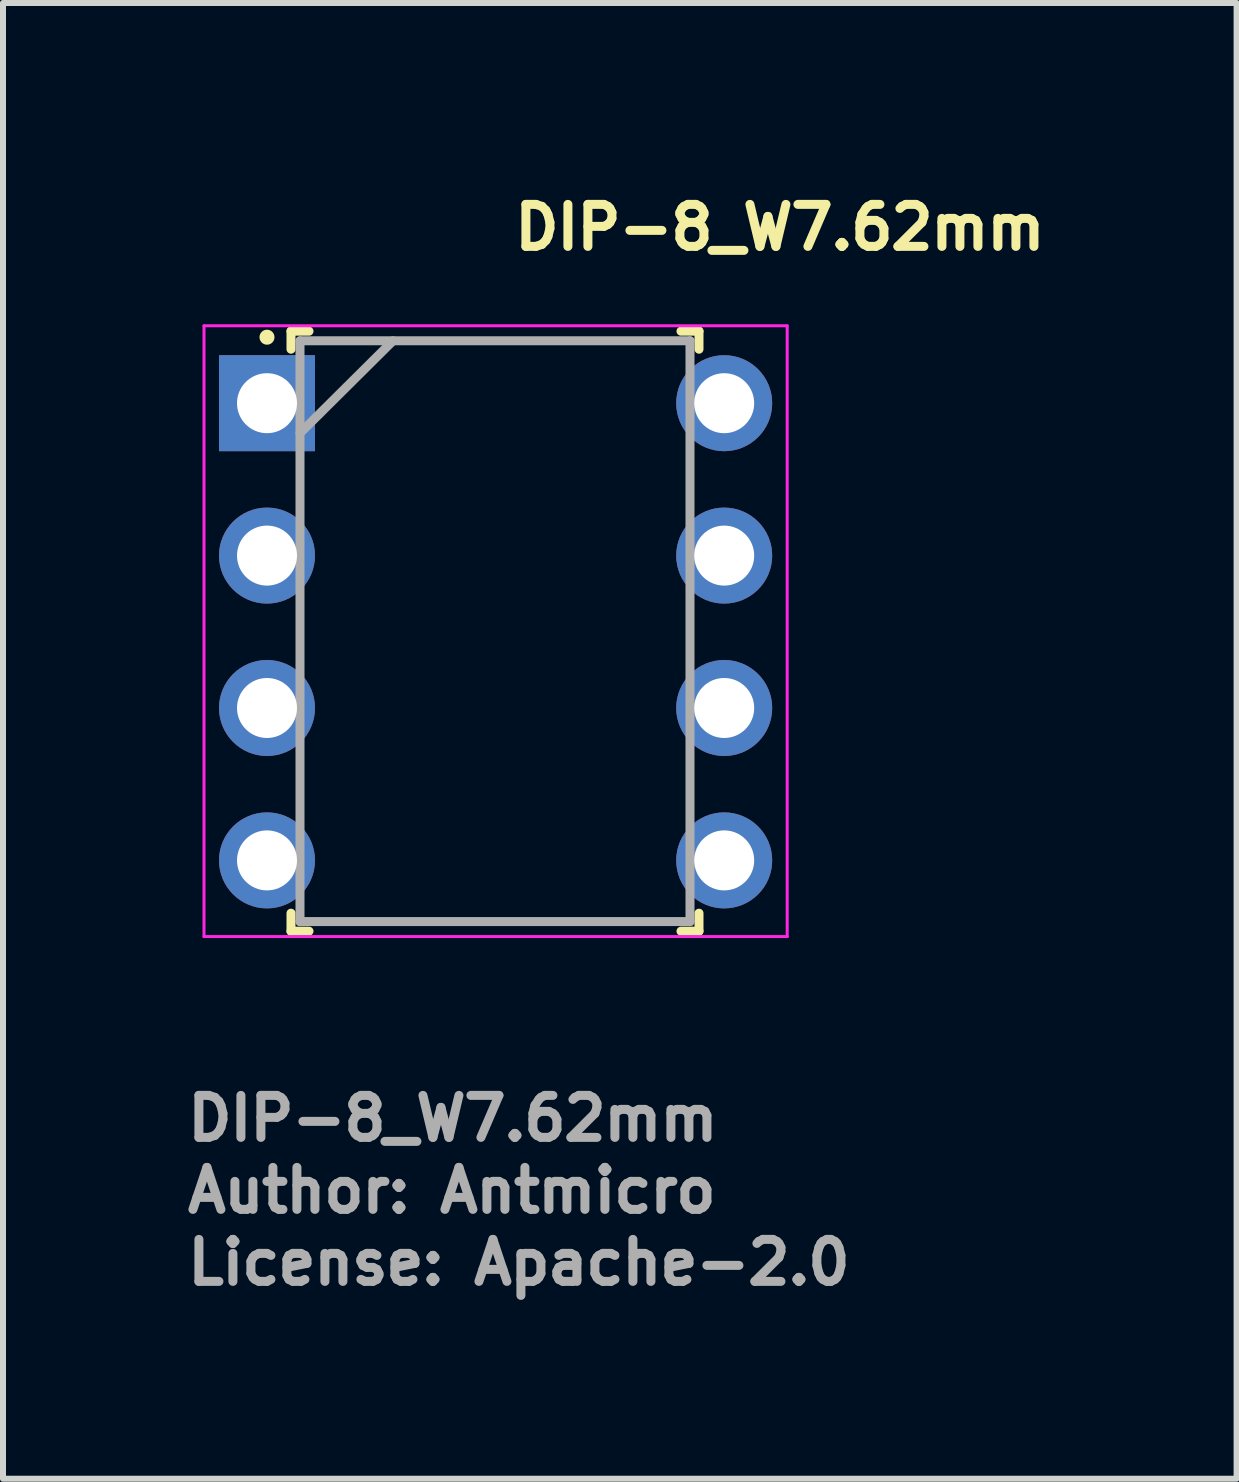
<source format=kicad_pcb>
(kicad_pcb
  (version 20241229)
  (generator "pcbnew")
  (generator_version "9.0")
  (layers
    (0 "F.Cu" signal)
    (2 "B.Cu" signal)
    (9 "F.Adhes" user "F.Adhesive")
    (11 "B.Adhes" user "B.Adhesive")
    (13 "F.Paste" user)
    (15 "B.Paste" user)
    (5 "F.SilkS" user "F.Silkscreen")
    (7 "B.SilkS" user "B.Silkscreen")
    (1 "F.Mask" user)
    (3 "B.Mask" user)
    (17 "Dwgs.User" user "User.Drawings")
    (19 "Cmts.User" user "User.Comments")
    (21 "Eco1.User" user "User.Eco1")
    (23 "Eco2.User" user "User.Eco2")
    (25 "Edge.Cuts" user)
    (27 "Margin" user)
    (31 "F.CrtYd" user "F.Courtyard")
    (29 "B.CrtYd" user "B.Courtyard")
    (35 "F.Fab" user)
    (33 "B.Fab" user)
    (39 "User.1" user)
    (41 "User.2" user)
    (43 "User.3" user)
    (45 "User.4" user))
  (footprint "DIP-8_W7.62mm"
    (layer "F.Cu")
    (at 1.4 3.67)
    (property "Reference" "DIP-8_W7.62mm" (at 4.05 -2.52 0) (layer "F.SilkS") (effects (font (size 0.7 0.7) (thickness 0.15)) (justify left bottom)))
    (attr through_hole)
    (fp_line (start 0.4 -1.2) (end 0.7 -1.2) (stroke (width 0.15) (type solid)) (layer "F.SilkS"))
    (fp_line (start 0.4 -0.9) (end 0.4 -1.2) (stroke (width 0.15) (type solid)) (layer "F.SilkS"))
    (fp_line (start 0.4 8.5) (end 0.4 8.8) (stroke (width 0.15) (type solid)) (layer "F.SilkS"))
    (fp_line (start 0.4 8.8) (end 0.7 8.8) (stroke (width 0.15) (type solid)) (layer "F.SilkS"))
    (fp_line (start 7.2 -1.2) (end 6.9 -1.2) (stroke (width 0.15) (type solid)) (layer "F.SilkS"))
    (fp_line (start 7.2 -0.9) (end 7.2 -1.2) (stroke (width 0.15) (type solid)) (layer "F.SilkS"))
    (fp_line (start 7.2 8.5) (end 7.2 8.8) (stroke (width 0.15) (type solid)) (layer "F.SilkS"))
    (fp_line (start 7.2 8.8) (end 6.9 8.8) (stroke (width 0.15) (type solid)) (layer "F.SilkS"))
    (fp_circle (center 0 -1.1) (end 0.05 -1.1) (stroke (width 0.15) (type solid)) (fill yes) (layer "F.SilkS"))
    (fp_line (start -1.05 -1.29) (end -1.05 8.89) (stroke (width 0.05) (type solid)) (layer "F.CrtYd"))
    (fp_line (start -1.05 -1.29) (end 8.67 -1.29) (stroke (width 0.05) (type solid)) (layer "F.CrtYd"))
    (fp_line (start -1.05 8.89) (end 8.67 8.89) (stroke (width 0.05) (type solid)) (layer "F.CrtYd"))
    (fp_line (start 8.67 -1.29) (end 8.67 8.89) (stroke (width 0.05) (type solid)) (layer "F.CrtYd"))
    (fp_line (start 0.55 -1.04) (end 0.55 8.64) (stroke (width 0.15) (type solid)) (layer "F.Fab"))
    (fp_line (start 0.55 -1.04) (end 7.05 -1.04) (stroke (width 0.15) (type solid)) (layer "F.Fab"))
    (fp_line (start 0.55 8.64) (end 7.05 8.64) (stroke (width 0.15) (type solid)) (layer "F.Fab"))
    (fp_line (start 2.1 -1.04) (end 0.55 0.5) (stroke (width 0.15) (type solid)) (layer "F.Fab"))
    (fp_line (start 7.05 -1.04) (end 7.05 8.64) (stroke (width 0.15) (type solid)) (layer "F.Fab"))
    (fp_rect (start -0.307 -0.942) (end 7.907 8.642) (stroke (width 0.1) (type solid)) (fill no) (layer "User.5"))
    (fp_line (start -0.307 -0.518) (end -0.307 0.598) (stroke (width 0.02) (type solid)) (layer "User.9"))
    (fp_line (start -0.307 -0.518) (end -0.168 -0.518) (stroke (width 0.02) (type solid)) (layer "User.9"))
    (fp_line (start -0.307 0.598) (end -0.168 0.598) (stroke (width 0.02) (type solid)) (layer "User.9"))
    (fp_line (start -0.307 2.022) (end -0.307 3.138) (stroke (width 0.02) (type solid)) (layer "User.9"))
    (fp_line (start -0.307 2.022) (end -0.168 2.022) (stroke (width 0.02) (type solid)) (layer "User.9"))
    (fp_line (start -0.307 3.138) (end -0.168 3.138) (stroke (width 0.02) (type solid)) (layer "User.9"))
    (fp_line (start -0.307 4.562) (end -0.307 5.678) (stroke (width 0.02) (type solid)) (layer "User.9"))
    (fp_line (start -0.307 4.562) (end -0.168 4.562) (stroke (width 0.02) (type solid)) (layer "User.9"))
    (fp_line (start -0.307 5.678) (end -0.168 5.678) (stroke (width 0.02) (type solid)) (layer "User.9"))
    (fp_line (start -0.307 7.102) (end -0.307 8.218) (stroke (width 0.02) (type solid)) (layer "User.9"))
    (fp_line (start -0.307 7.102) (end -0.168 7.102) (stroke (width 0.02) (type solid)) (layer "User.9"))
    (fp_line (start -0.307 8.218) (end -0.168 8.218) (stroke (width 0.02) (type solid)) (layer "User.9"))
    (fp_line (start -0.168 -0.518) (end 0.498 -0.518) (stroke (width 0.02) (type solid)) (layer "User.9"))
    (fp_line (start -0.168 2.022) (end 0.498 2.022) (stroke (width 0.02) (type solid)) (layer "User.9"))
    (fp_line (start -0.168 4.562) (end 0.498 4.562) (stroke (width 0.02) (type solid)) (layer "User.9"))
    (fp_line (start -0.168 7.102) (end 0.498 7.102) (stroke (width 0.02) (type solid)) (layer "User.9"))
    (fp_line (start 0.498 -0.942) (end 0.663 -0.777) (stroke (width 0.02) (type solid)) (layer "User.9"))
    (fp_line (start 0.498 -0.942) (end 7.102 -0.942) (stroke (width 0.02) (type solid)) (layer "User.9"))
    (fp_line (start 0.498 0.598) (end -0.168 0.598) (stroke (width 0.02) (type solid)) (layer "User.9"))
    (fp_line (start 0.498 0.598) (end 0.498 -0.518) (stroke (width 0.02) (type solid)) (layer "User.9"))
    (fp_line (start 0.498 3.138) (end -0.168 3.138) (stroke (width 0.02) (type solid)) (layer "User.9"))
    (fp_line (start 0.498 3.138) (end 0.498 2.022) (stroke (width 0.02) (type solid)) (layer "User.9"))
    (fp_line (start 0.498 5.678) (end -0.168 5.678) (stroke (width 0.02) (type solid)) (layer "User.9"))
    (fp_line (start 0.498 5.678) (end 0.498 4.562) (stroke (width 0.02) (type solid)) (layer "User.9"))
    (fp_line (start 0.498 8.218) (end -0.168 8.218) (stroke (width 0.02) (type solid)) (layer "User.9"))
    (fp_line (start 0.498 8.218) (end 0.498 7.102) (stroke (width 0.02) (type solid)) (layer "User.9"))
    (fp_line (start 0.498 8.642) (end 0.498 -0.942) (stroke (width 0.02) (type solid)) (layer "User.9"))
    (fp_line (start 0.498 8.642) (end 0.663 8.477) (stroke (width 0.02) (type solid)) (layer "User.9"))
    (fp_line (start 0.498 8.642) (end 7.102 8.642) (stroke (width 0.02) (type solid)) (layer "User.9"))
    (fp_line (start 0.663 -0.777) (end 2.991 -0.777) (stroke (width 0.02) (type solid)) (layer "User.9"))
    (fp_line (start 0.663 8.477) (end 0.663 -0.777) (stroke (width 0.02) (type solid)) (layer "User.9"))
    (fp_line (start 0.663 8.477) (end 6.937 8.477) (stroke (width 0.02) (type solid)) (layer "User.9"))
    (fp_line (start 2.984 -0.814) (end 2.991 -0.777) (stroke (width 0.02) (type solid)) (layer "User.9"))
    (fp_line (start 2.991 -0.777) (end 2.999 -0.742) (stroke (width 0.02) (type solid)) (layer "User.9"))
    (fp_line (start 2.999 -0.742) (end 3.009 -0.707) (stroke (width 0.02) (type solid)) (layer "User.9"))
    (fp_line (start 3.009 -0.707) (end 3.02 -0.672) (stroke (width 0.02) (type solid)) (layer "User.9"))
    (fp_line (start 3.02 -0.672) (end 3.032 -0.639) (stroke (width 0.02) (type solid)) (layer "User.9"))
    (fp_line (start 3.032 -0.639) (end 3.046 -0.606) (stroke (width 0.02) (type solid)) (layer "User.9"))
    (fp_line (start 3.046 -0.606) (end 3.061 -0.574) (stroke (width 0.02) (type solid)) (layer "User.9"))
    (fp_line (start 3.061 -0.574) (end 3.078 -0.542) (stroke (width 0.02) (type solid)) (layer "User.9"))
    (fp_line (start 3.078 -0.542) (end 3.095 -0.512) (stroke (width 0.02) (type solid)) (layer "User.9"))
    (fp_line (start 3.095 -0.512) (end 3.114 -0.482) (stroke (width 0.02) (type solid)) (layer "User.9"))
    (fp_line (start 3.114 -0.482) (end 3.134 -0.454) (stroke (width 0.02) (type solid)) (layer "User.9"))
    (fp_line (start 3.134 -0.454) (end 3.156 -0.426) (stroke (width 0.02) (type solid)) (layer "User.9"))
    (fp_line (start 3.156 -0.426) (end 3.178 -0.399) (stroke (width 0.02) (type solid)) (layer "User.9"))
    (fp_line (start 3.178 -0.399) (end 3.201 -0.374) (stroke (width 0.02) (type solid)) (layer "User.9"))
    (fp_line (start 3.201 -0.374) (end 3.226 -0.349) (stroke (width 0.02) (type solid)) (layer "User.9"))
    (fp_line (start 3.226 -0.349) (end 3.251 -0.325) (stroke (width 0.02) (type solid)) (layer "User.9"))
    (fp_line (start 3.251 -0.325) (end 3.278 -0.303) (stroke (width 0.02) (type solid)) (layer "User.9"))
    (fp_line (start 3.278 -0.303) (end 3.305 -0.282) (stroke (width 0.02) (type solid)) (layer "User.9"))
    (fp_line (start 3.305 -0.282) (end 3.333 -0.261) (stroke (width 0.02) (type solid)) (layer "User.9"))
    (fp_line (start 3.333 -0.261) (end 3.362 -0.242) (stroke (width 0.02) (type solid)) (layer "User.9"))
    (fp_line (start 3.362 -0.242) (end 3.392 -0.225) (stroke (width 0.02) (type solid)) (layer "User.9"))
    (fp_line (start 3.392 -0.225) (end 3.423 -0.208) (stroke (width 0.02) (type solid)) (layer "User.9"))
    (fp_line (start 3.423 -0.208) (end 3.454 -0.193) (stroke (width 0.02) (type solid)) (layer "User.9"))
    (fp_line (start 3.454 -0.193) (end 3.486 -0.179) (stroke (width 0.02) (type solid)) (layer "User.9"))
    (fp_line (start 3.486 -0.179) (end 3.519 -0.166) (stroke (width 0.02) (type solid)) (layer "User.9"))
    (fp_line (start 3.519 -0.166) (end 3.552 -0.155) (stroke (width 0.02) (type solid)) (layer "User.9"))
    (fp_line (start 3.552 -0.155) (end 3.586 -0.145) (stroke (width 0.02) (type solid)) (layer "User.9"))
    (fp_line (start 3.586 -0.145) (end 3.621 -0.136) (stroke (width 0.02) (type solid)) (layer "User.9"))
    (fp_line (start 3.621 -0.136) (end 3.656 -0.13) (stroke (width 0.02) (type solid)) (layer "User.9"))
    (fp_line (start 3.656 -0.13) (end 3.691 -0.124) (stroke (width 0.02) (type solid)) (layer "User.9"))
    (fp_line (start 3.691 -0.124) (end 3.727 -0.12) (stroke (width 0.02) (type solid)) (layer "User.9"))
    (fp_line (start 3.727 -0.12) (end 3.763 -0.118) (stroke (width 0.02) (type solid)) (layer "User.9"))
    (fp_line (start 3.763 -0.118) (end 3.8 -0.117) (stroke (width 0.02) (type solid)) (layer "User.9"))
    (fp_line (start 3.8 -0.117) (end 3.8 -0.117) (stroke (width 0.02) (type solid)) (layer "User.9"))
    (fp_line (start 3.8 -0.117) (end 3.837 -0.118) (stroke (width 0.02) (type solid)) (layer "User.9"))
    (fp_line (start 3.837 -0.118) (end 3.873 -0.12) (stroke (width 0.02) (type solid)) (layer "User.9"))
    (fp_line (start 3.873 -0.12) (end 3.909 -0.124) (stroke (width 0.02) (type solid)) (layer "User.9"))
    (fp_line (start 3.909 -0.124) (end 3.944 -0.13) (stroke (width 0.02) (type solid)) (layer "User.9"))
    (fp_line (start 3.944 -0.13) (end 3.979 -0.136) (stroke (width 0.02) (type solid)) (layer "User.9"))
    (fp_line (start 3.979 -0.136) (end 4.014 -0.145) (stroke (width 0.02) (type solid)) (layer "User.9"))
    (fp_line (start 4.014 -0.145) (end 4.048 -0.155) (stroke (width 0.02) (type solid)) (layer "User.9"))
    (fp_line (start 4.048 -0.155) (end 4.081 -0.166) (stroke (width 0.02) (type solid)) (layer "User.9"))
    (fp_line (start 4.081 -0.166) (end 4.114 -0.179) (stroke (width 0.02) (type solid)) (layer "User.9"))
    (fp_line (start 4.114 -0.179) (end 4.146 -0.193) (stroke (width 0.02) (type solid)) (layer "User.9"))
    (fp_line (start 4.146 -0.193) (end 4.177 -0.208) (stroke (width 0.02) (type solid)) (layer "User.9"))
    (fp_line (start 4.177 -0.208) (end 4.208 -0.225) (stroke (width 0.02) (type solid)) (layer "User.9"))
    (fp_line (start 4.208 -0.225) (end 4.267 -0.261) (stroke (width 0.02) (type solid)) (layer "User.9"))
    (fp_line (start 4.267 -0.261) (end 4.322 -0.303) (stroke (width 0.02) (type solid)) (layer "User.9"))
    (fp_line (start 4.322 -0.303) (end 4.374 -0.349) (stroke (width 0.02) (type solid)) (layer "User.9"))
    (fp_line (start 4.374 -0.349) (end 4.422 -0.399) (stroke (width 0.02) (type solid)) (layer "User.9"))
    (fp_line (start 4.422 -0.399) (end 4.444 -0.426) (stroke (width 0.02) (type solid)) (layer "User.9"))
    (fp_line (start 4.444 -0.426) (end 4.466 -0.454) (stroke (width 0.02) (type solid)) (layer "User.9"))
    (fp_line (start 4.466 -0.454) (end 4.486 -0.482) (stroke (width 0.02) (type solid)) (layer "User.9"))
    (fp_line (start 4.486 -0.482) (end 4.505 -0.512) (stroke (width 0.02) (type solid)) (layer "User.9"))
    (fp_line (start 4.505 -0.512) (end 4.522 -0.542) (stroke (width 0.02) (type solid)) (layer "User.9"))
    (fp_line (start 4.522 -0.542) (end 4.539 -0.574) (stroke (width 0.02) (type solid)) (layer "User.9"))
    (fp_line (start 4.539 -0.574) (end 4.554 -0.606) (stroke (width 0.02) (type solid)) (layer "User.9"))
    (fp_line (start 4.554 -0.606) (end 4.568 -0.639) (stroke (width 0.02) (type solid)) (layer "User.9"))
    (fp_line (start 4.568 -0.639) (end 4.58 -0.672) (stroke (width 0.02) (type solid)) (layer "User.9"))
    (fp_line (start 4.58 -0.672) (end 4.591 -0.707) (stroke (width 0.02) (type solid)) (layer "User.9"))
    (fp_line (start 4.591 -0.707) (end 4.601 -0.742) (stroke (width 0.02) (type solid)) (layer "User.9"))
    (fp_line (start 4.601 -0.742) (end 4.609 -0.777) (stroke (width 0.02) (type solid)) (layer "User.9"))
    (fp_line (start 4.609 -0.777) (end 4.616 -0.814) (stroke (width 0.02) (type solid)) (layer "User.9"))
    (fp_line (start 4.609 -0.777) (end 6.937 -0.777) (stroke (width 0.02) (type solid)) (layer "User.9"))
    (fp_line (start 4.616 -0.814) (end 2.984 -0.814) (stroke (width 0.02) (type solid)) (layer "User.9"))
    (fp_line (start 6.937 8.477) (end 6.937 -0.777) (stroke (width 0.02) (type solid)) (layer "User.9"))
    (fp_line (start 7.102 -0.942) (end 6.937 -0.777) (stroke (width 0.02) (type solid)) (layer "User.9"))
    (fp_line (start 7.102 -0.518) (end 7.768 -0.518) (stroke (width 0.02) (type solid)) (layer "User.9"))
    (fp_line (start 7.102 0.598) (end 7.102 -0.518) (stroke (width 0.02) (type solid)) (layer "User.9"))
    (fp_line (start 7.102 0.598) (end 7.768 0.598) (stroke (width 0.02) (type solid)) (layer "User.9"))
    (fp_line (start 7.102 2.022) (end 7.768 2.022) (stroke (width 0.02) (type solid)) (layer "User.9"))
    (fp_line (start 7.102 3.138) (end 7.102 2.022) (stroke (width 0.02) (type solid)) (layer "User.9"))
    (fp_line (start 7.102 3.138) (end 7.768 3.138) (stroke (width 0.02) (type solid)) (layer "User.9"))
    (fp_line (start 7.102 4.562) (end 7.768 4.562) (stroke (width 0.02) (type solid)) (layer "User.9"))
    (fp_line (start 7.102 5.678) (end 7.102 4.562) (stroke (width 0.02) (type solid)) (layer "User.9"))
    (fp_line (start 7.102 5.678) (end 7.768 5.678) (stroke (width 0.02) (type solid)) (layer "User.9"))
    (fp_line (start 7.102 7.102) (end 7.768 7.102) (stroke (width 0.02) (type solid)) (layer "User.9"))
    (fp_line (start 7.102 8.218) (end 7.102 7.102) (stroke (width 0.02) (type solid)) (layer "User.9"))
    (fp_line (start 7.102 8.218) (end 7.768 8.218) (stroke (width 0.02) (type solid)) (layer "User.9"))
    (fp_line (start 7.102 8.642) (end 6.937 8.477) (stroke (width 0.02) (type solid)) (layer "User.9"))
    (fp_line (start 7.102 8.642) (end 7.102 -0.942) (stroke (width 0.02) (type solid)) (layer "User.9"))
    (fp_line (start 7.907 -0.518) (end 7.768 -0.518) (stroke (width 0.02) (type solid)) (layer "User.9"))
    (fp_line (start 7.907 0.598) (end 7.768 0.598) (stroke (width 0.02) (type solid)) (layer "User.9"))
    (fp_line (start 7.907 0.598) (end 7.907 -0.518) (stroke (width 0.02) (type solid)) (layer "User.9"))
    (fp_line (start 7.907 2.022) (end 7.768 2.022) (stroke (width 0.02) (type solid)) (layer "User.9"))
    (fp_line (start 7.907 3.138) (end 7.768 3.138) (stroke (width 0.02) (type solid)) (layer "User.9"))
    (fp_line (start 7.907 3.138) (end 7.907 2.022) (stroke (width 0.02) (type solid)) (layer "User.9"))
    (fp_line (start 7.907 4.562) (end 7.768 4.562) (stroke (width 0.02) (type solid)) (layer "User.9"))
    (fp_line (start 7.907 5.678) (end 7.768 5.678) (stroke (width 0.02) (type solid)) (layer "User.9"))
    (fp_line (start 7.907 5.678) (end 7.907 4.562) (stroke (width 0.02) (type solid)) (layer "User.9"))
    (fp_line (start 7.907 7.102) (end 7.768 7.102) (stroke (width 0.02) (type solid)) (layer "User.9"))
    (fp_line (start 7.907 8.218) (end 7.768 8.218) (stroke (width 0.02) (type solid)) (layer "User.9"))
    (fp_line (start 7.907 8.218) (end 7.907 7.102) (stroke (width 0.02) (type solid)) (layer "User.9"))
    (fp_text user "${REFERENCE}" (at -1.4 12.33 0) (layer "F.Fab") (effects (font (size 0.7 0.7) (thickness 0.15)) (justify left bottom)))
    (fp_text user "Author: Antmicro" (at -1.4 13.53 0) (layer "F.Fab") (effects (font (size 0.7 0.7) (thickness 0.15)) (justify left bottom)))
    (fp_text user "License: Apache-2.0" (at -1.4 14.73 0) (layer "F.Fab") (effects (font (size 0.7 0.7) (thickness 0.15)) (justify left bottom)))
    (pad "1" thru_hole rect (at 0 0) (size 1.6 1.6) (drill 1) (layers "*.Cu" "*.Mask"))
    (pad "2" thru_hole circle (at 0 2.54) (size 1.6 1.6) (drill 1) (layers "*.Cu" "*.Mask"))
    (pad "3" thru_hole circle (at 0 5.08) (size 1.6 1.6) (drill 1) (layers "*.Cu" "*.Mask"))
    (pad "4" thru_hole circle (at 0 7.62) (size 1.6 1.6) (drill 1) (layers "*.Cu" "*.Mask"))
    (pad "5" thru_hole circle (at 7.62 7.62) (size 1.6 1.6) (drill 1) (layers "*.Cu" "*.Mask"))
    (pad "6" thru_hole circle (at 7.62 5.08) (size 1.6 1.6) (drill 1) (layers "*.Cu" "*.Mask"))
    (pad "7" thru_hole circle (at 7.62 2.54) (size 1.6 1.6) (drill 1) (layers "*.Cu" "*.Mask"))
    (pad "8" thru_hole circle (at 7.62 0) (size 1.6 1.6) (drill 1) (layers "*.Cu" "*.Mask")))
  (gr_rect
    (start -3 -3)
    (end 17.56 21.596)
    (stroke (width 0.1) (type default))
    (fill no)
    (layer "Edge.Cuts")))
</source>
